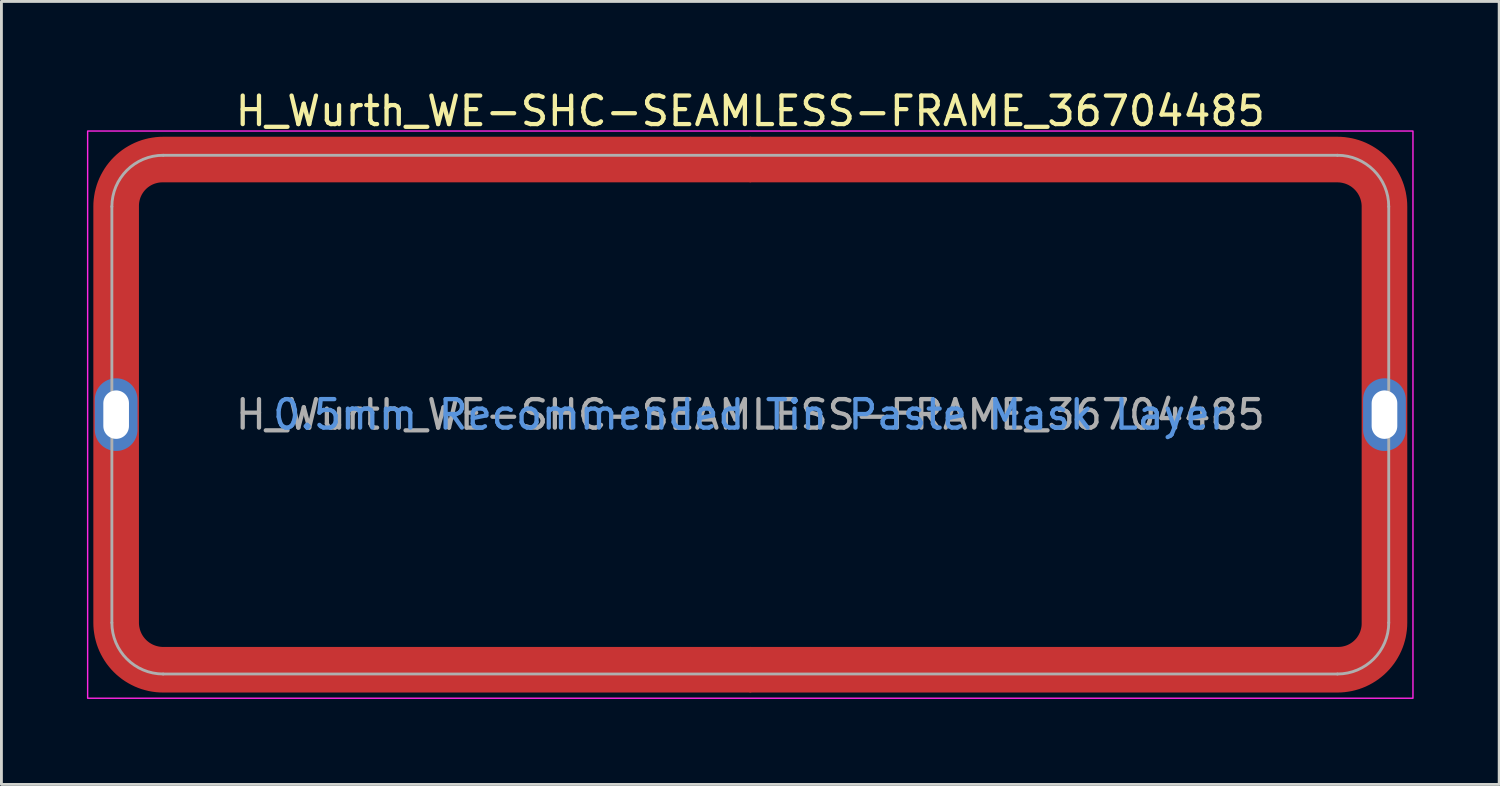
<source format=kicad_pcb>
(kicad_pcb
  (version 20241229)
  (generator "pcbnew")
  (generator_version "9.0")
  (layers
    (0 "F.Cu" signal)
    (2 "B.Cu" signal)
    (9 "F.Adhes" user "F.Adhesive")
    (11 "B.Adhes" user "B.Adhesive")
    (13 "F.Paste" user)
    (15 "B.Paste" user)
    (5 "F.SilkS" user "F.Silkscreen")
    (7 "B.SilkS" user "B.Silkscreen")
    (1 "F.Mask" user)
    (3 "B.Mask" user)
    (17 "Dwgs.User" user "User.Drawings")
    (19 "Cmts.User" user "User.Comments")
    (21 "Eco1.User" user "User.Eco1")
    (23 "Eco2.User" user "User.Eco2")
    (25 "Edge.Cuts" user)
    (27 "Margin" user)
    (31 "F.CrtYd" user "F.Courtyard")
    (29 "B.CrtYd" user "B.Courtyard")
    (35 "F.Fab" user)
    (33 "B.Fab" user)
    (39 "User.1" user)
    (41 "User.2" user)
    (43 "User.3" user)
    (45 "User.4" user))
  (footprint "H_Wurth_WE-SHC-SEAMLESS-FRAME_36704485"
    (layer "F.Cu")
    (at 23.275 11.498)
    (property "Reference" "H_Wurth_WE-SHC-SEAMLESS-FRAME_36704485" (at 0 -10.65 0) (unlocked yes) (layer "F.SilkS") (effects (font (size 1 1) (thickness 0.15))))
    (attr smd)
    (fp_poly (pts (xy -0.004 -8.2) (xy -0.004 -9.7) (xy 20.6 -9.7) (xy 20.726 -9.697) (xy 20.851 -9.687) (xy 20.975 -9.67) (xy 21.099 -9.648) (xy 21.221 -9.618) (xy 21.342 -9.583) (xy 21.46 -9.541) (xy 21.576 -9.493) (xy 21.69 -9.438) (xy 21.8 -9.378) (xy 21.907 -9.313) (xy 22.011 -9.242) (xy 22.11 -9.165) (xy 22.206 -9.084) (xy 22.297 -8.997) (xy 22.384 -8.906) (xy 22.465 -8.81) (xy 22.542 -8.711) (xy 22.613 -8.607) (xy 22.678 -8.5) (xy 22.738 -8.39) (xy 22.793 -8.276) (xy 22.841 -8.16) (xy 22.883 -8.042) (xy 22.918 -7.921) (xy 22.948 -7.799) (xy 22.97 -7.675) (xy 22.987 -7.551) (xy 22.997 -7.426) (xy 23 -7.3) (xy 23 7.3) (xy 22.997 7.426) (xy 22.987 7.551) (xy 22.97 7.675) (xy 22.948 7.799) (xy 22.918 7.921) (xy 22.883 8.042) (xy 22.841 8.16) (xy 22.793 8.276) (xy 22.738 8.39) (xy 22.678 8.5) (xy 22.613 8.607) (xy 22.542 8.711) (xy 22.465 8.81) (xy 22.384 8.906) (xy 22.297 8.997) (xy 22.206 9.084) (xy 22.11 9.165) (xy 22.011 9.242) (xy 21.907 9.313) (xy 21.8 9.378) (xy 21.69 9.438) (xy 21.576 9.493) (xy 21.46 9.541) (xy 21.342 9.583) (xy 21.221 9.618) (xy 21.099 9.648) (xy 20.975 9.67) (xy 20.851 9.687) (xy 20.726 9.697) (xy 20.6 9.7) (xy -0.004 9.7) (xy -0.004 8.2) (xy 20.65 8.2) (xy 20.701 8.197) (xy 20.747 8.192) (xy 20.792 8.184) (xy 20.837 8.174) (xy 20.881 8.162) (xy 20.924 8.148) (xy 20.967 8.131) (xy 21.009 8.112) (xy 21.049 8.091) (xy 21.089 8.067) (xy 21.127 8.042) (xy 21.164 8.015) (xy 21.199 7.986) (xy 21.233 7.955) (xy 21.265 7.922) (xy 21.296 7.888) (xy 21.324 7.852) (xy 21.351 7.814) (xy 21.375 7.776) (xy 21.398 7.736) (xy 21.418 7.695) (xy 21.437 7.653) (xy 21.453 7.61) (xy 21.466 7.566) (xy 21.478 7.522) (xy 21.487 7.477) (xy 21.494 7.432) (xy 21.498 7.386) (xy 21.5 7.34) (xy 21.5 7.3) (xy 21.5 -7.3) (xy 21.499 -7.347) (xy 21.495 -7.394) (xy 21.489 -7.441) (xy 21.48 -7.487) (xy 21.469 -7.533) (xy 21.456 -7.578) (xy 21.44 -7.623) (xy 21.422 -7.666) (xy 21.402 -7.709) (xy 21.379 -7.75) (xy 21.355 -7.79) (xy 21.328 -7.829) (xy 21.299 -7.866) (xy 21.269 -7.902) (xy 21.236 -7.936) (xy 21.202 -7.969) (xy 21.166 -7.999) (xy 21.129 -8.028) (xy 21.09 -8.055) (xy 21.05 -8.079) (xy 21.009 -8.102) (xy 20.966 -8.122) (xy 20.923 -8.14) (xy 20.878 -8.156) (xy 20.833 -8.169) (xy 20.787 -8.18) (xy 20.741 -8.189) (xy 20.694 -8.195) (xy 20.647 -8.199) (xy 20.6 -8.2) (xy 0.25 -8.2)) (stroke (width 0.1) (type solid)) (fill yes) (layer "F.Cu"))
    (fp_poly (pts (xy 0.004 8.2) (xy 0.004 9.7) (xy -20.6 9.7) (xy -20.726 9.697) (xy -20.851 9.687) (xy -20.975 9.67) (xy -21.099 9.648) (xy -21.221 9.618) (xy -21.342 9.583) (xy -21.46 9.541) (xy -21.576 9.493) (xy -21.69 9.438) (xy -21.8 9.378) (xy -21.907 9.313) (xy -22.011 9.242) (xy -22.11 9.165) (xy -22.206 9.084) (xy -22.297 8.997) (xy -22.384 8.906) (xy -22.465 8.81) (xy -22.542 8.711) (xy -22.613 8.607) (xy -22.678 8.5) (xy -22.738 8.39) (xy -22.793 8.276) (xy -22.841 8.16) (xy -22.883 8.042) (xy -22.918 7.921) (xy -22.948 7.799) (xy -22.97 7.675) (xy -22.987 7.551) (xy -22.997 7.426) (xy -23 7.3) (xy -23 -7.3) (xy -22.997 -7.426) (xy -22.987 -7.551) (xy -22.97 -7.675) (xy -22.948 -7.799) (xy -22.918 -7.921) (xy -22.883 -8.042) (xy -22.841 -8.16) (xy -22.793 -8.276) (xy -22.738 -8.39) (xy -22.678 -8.5) (xy -22.613 -8.607) (xy -22.542 -8.711) (xy -22.465 -8.81) (xy -22.384 -8.906) (xy -22.297 -8.997) (xy -22.206 -9.084) (xy -22.11 -9.165) (xy -22.011 -9.242) (xy -21.907 -9.313) (xy -21.8 -9.378) (xy -21.69 -9.438) (xy -21.576 -9.493) (xy -21.46 -9.541) (xy -21.342 -9.583) (xy -21.221 -9.618) (xy -21.099 -9.648) (xy -20.975 -9.67) (xy -20.851 -9.687) (xy -20.726 -9.697) (xy -20.6 -9.7) (xy 0.004 -9.7) (xy 0.004 -8.2) (xy -20.65 -8.2) (xy -20.701 -8.197) (xy -20.747 -8.192) (xy -20.792 -8.184) (xy -20.837 -8.174) (xy -20.881 -8.162) (xy -20.924 -8.148) (xy -20.967 -8.131) (xy -21.009 -8.112) (xy -21.049 -8.091) (xy -21.089 -8.067) (xy -21.127 -8.042) (xy -21.164 -8.015) (xy -21.199 -7.986) (xy -21.233 -7.955) (xy -21.265 -7.922) (xy -21.296 -7.888) (xy -21.324 -7.852) (xy -21.351 -7.814) (xy -21.375 -7.776) (xy -21.398 -7.736) (xy -21.418 -7.695) (xy -21.437 -7.653) (xy -21.453 -7.61) (xy -21.466 -7.566) (xy -21.478 -7.522) (xy -21.487 -7.477) (xy -21.494 -7.432) (xy -21.498 -7.386) (xy -21.5 -7.34) (xy -21.5 -7.3) (xy -21.5 7.3) (xy -21.499 7.347) (xy -21.495 7.394) (xy -21.489 7.441) (xy -21.48 7.487) (xy -21.469 7.533) (xy -21.456 7.578) (xy -21.44 7.623) (xy -21.422 7.666) (xy -21.402 7.709) (xy -21.379 7.75) (xy -21.355 7.79) (xy -21.328 7.829) (xy -21.299 7.866) (xy -21.269 7.902) (xy -21.236 7.936) (xy -21.202 7.969) (xy -21.166 7.999) (xy -21.129 8.028) (xy -21.09 8.055) (xy -21.05 8.079) (xy -21.009 8.102) (xy -20.966 8.122) (xy -20.923 8.14) (xy -20.878 8.156) (xy -20.833 8.169) (xy -20.787 8.18) (xy -20.741 8.189) (xy -20.694 8.195) (xy -20.647 8.199) (xy -20.6 8.2) (xy -0.25 8.2)) (stroke (width 0.1) (type solid)) (fill yes) (layer "F.Cu"))
    (fp_poly (pts (xy -0.004 -8.2) (xy -0.004 -9.7) (xy 20.6 -9.7) (xy 20.726 -9.697) (xy 20.851 -9.687) (xy 20.975 -9.67) (xy 21.099 -9.648) (xy 21.221 -9.618) (xy 21.342 -9.583) (xy 21.46 -9.541) (xy 21.576 -9.493) (xy 21.69 -9.438) (xy 21.8 -9.378) (xy 21.907 -9.313) (xy 22.011 -9.242) (xy 22.11 -9.165) (xy 22.206 -9.084) (xy 22.297 -8.997) (xy 22.384 -8.906) (xy 22.465 -8.81) (xy 22.542 -8.711) (xy 22.613 -8.607) (xy 22.678 -8.5) (xy 22.738 -8.39) (xy 22.793 -8.276) (xy 22.841 -8.16) (xy 22.883 -8.042) (xy 22.918 -7.921) (xy 22.948 -7.799) (xy 22.97 -7.675) (xy 22.987 -7.551) (xy 22.997 -7.426) (xy 23 -7.3) (xy 23 7.3) (xy 22.997 7.426) (xy 22.987 7.551) (xy 22.97 7.675) (xy 22.948 7.799) (xy 22.918 7.921) (xy 22.883 8.042) (xy 22.841 8.16) (xy 22.793 8.276) (xy 22.738 8.39) (xy 22.678 8.5) (xy 22.613 8.607) (xy 22.542 8.711) (xy 22.465 8.81) (xy 22.384 8.906) (xy 22.297 8.997) (xy 22.206 9.084) (xy 22.11 9.165) (xy 22.011 9.242) (xy 21.907 9.313) (xy 21.8 9.378) (xy 21.69 9.438) (xy 21.576 9.493) (xy 21.46 9.541) (xy 21.342 9.583) (xy 21.221 9.618) (xy 21.099 9.648) (xy 20.975 9.67) (xy 20.851 9.687) (xy 20.726 9.697) (xy 20.6 9.7) (xy -0.004 9.7) (xy -0.004 8.2) (xy 20.65 8.2) (xy 20.701 8.197) (xy 20.747 8.192) (xy 20.792 8.184) (xy 20.837 8.174) (xy 20.881 8.162) (xy 20.924 8.148) (xy 20.967 8.131) (xy 21.009 8.112) (xy 21.049 8.091) (xy 21.089 8.067) (xy 21.127 8.042) (xy 21.164 8.015) (xy 21.199 7.986) (xy 21.233 7.955) (xy 21.265 7.922) (xy 21.296 7.888) (xy 21.324 7.852) (xy 21.351 7.814) (xy 21.375 7.776) (xy 21.398 7.736) (xy 21.418 7.695) (xy 21.437 7.653) (xy 21.453 7.61) (xy 21.466 7.566) (xy 21.478 7.522) (xy 21.487 7.477) (xy 21.494 7.432) (xy 21.498 7.386) (xy 21.5 7.34) (xy 21.5 7.3) (xy 21.5 -7.3) (xy 21.499 -7.347) (xy 21.495 -7.394) (xy 21.489 -7.441) (xy 21.48 -7.487) (xy 21.469 -7.533) (xy 21.456 -7.578) (xy 21.44 -7.623) (xy 21.422 -7.666) (xy 21.402 -7.709) (xy 21.379 -7.75) (xy 21.355 -7.79) (xy 21.328 -7.829) (xy 21.299 -7.866) (xy 21.269 -7.902) (xy 21.236 -7.936) (xy 21.202 -7.969) (xy 21.166 -7.999) (xy 21.129 -8.028) (xy 21.09 -8.055) (xy 21.05 -8.079) (xy 21.009 -8.102) (xy 20.966 -8.122) (xy 20.923 -8.14) (xy 20.878 -8.156) (xy 20.833 -8.169) (xy 20.787 -8.18) (xy 20.741 -8.189) (xy 20.694 -8.195) (xy 20.647 -8.199) (xy 20.6 -8.2) (xy 0.25 -8.2)) (stroke (width 0.1) (type solid)) (fill yes) (layer "F.Mask"))
    (fp_poly (pts (xy 0.004 8.2) (xy 0.004 9.7) (xy -20.6 9.7) (xy -20.726 9.697) (xy -20.851 9.687) (xy -20.975 9.67) (xy -21.099 9.648) (xy -21.221 9.618) (xy -21.342 9.583) (xy -21.46 9.541) (xy -21.576 9.493) (xy -21.69 9.438) (xy -21.8 9.378) (xy -21.907 9.313) (xy -22.011 9.242) (xy -22.11 9.165) (xy -22.206 9.084) (xy -22.297 8.997) (xy -22.384 8.906) (xy -22.465 8.81) (xy -22.542 8.711) (xy -22.613 8.607) (xy -22.678 8.5) (xy -22.738 8.39) (xy -22.793 8.276) (xy -22.841 8.16) (xy -22.883 8.042) (xy -22.918 7.921) (xy -22.948 7.799) (xy -22.97 7.675) (xy -22.987 7.551) (xy -22.997 7.426) (xy -23 7.3) (xy -23 -7.3) (xy -22.997 -7.426) (xy -22.987 -7.551) (xy -22.97 -7.675) (xy -22.948 -7.799) (xy -22.918 -7.921) (xy -22.883 -8.042) (xy -22.841 -8.16) (xy -22.793 -8.276) (xy -22.738 -8.39) (xy -22.678 -8.5) (xy -22.613 -8.607) (xy -22.542 -8.711) (xy -22.465 -8.81) (xy -22.384 -8.906) (xy -22.297 -8.997) (xy -22.206 -9.084) (xy -22.11 -9.165) (xy -22.011 -9.242) (xy -21.907 -9.313) (xy -21.8 -9.378) (xy -21.69 -9.438) (xy -21.576 -9.493) (xy -21.46 -9.541) (xy -21.342 -9.583) (xy -21.221 -9.618) (xy -21.099 -9.648) (xy -20.975 -9.67) (xy -20.851 -9.687) (xy -20.726 -9.697) (xy -20.6 -9.7) (xy 0.004 -9.7) (xy 0.004 -8.2) (xy -20.65 -8.2) (xy -20.701 -8.197) (xy -20.747 -8.192) (xy -20.792 -8.184) (xy -20.837 -8.174) (xy -20.881 -8.162) (xy -20.924 -8.148) (xy -20.967 -8.131) (xy -21.009 -8.112) (xy -21.049 -8.091) (xy -21.089 -8.067) (xy -21.127 -8.042) (xy -21.164 -8.015) (xy -21.199 -7.986) (xy -21.233 -7.955) (xy -21.265 -7.922) (xy -21.296 -7.888) (xy -21.324 -7.852) (xy -21.351 -7.814) (xy -21.375 -7.776) (xy -21.398 -7.736) (xy -21.418 -7.695) (xy -21.437 -7.653) (xy -21.453 -7.61) (xy -21.466 -7.566) (xy -21.478 -7.522) (xy -21.487 -7.477) (xy -21.494 -7.432) (xy -21.498 -7.386) (xy -21.5 -7.34) (xy -21.5 -7.3) (xy -21.5 7.3) (xy -21.499 7.347) (xy -21.495 7.394) (xy -21.489 7.441) (xy -21.48 7.487) (xy -21.469 7.533) (xy -21.456 7.578) (xy -21.44 7.623) (xy -21.422 7.666) (xy -21.402 7.709) (xy -21.379 7.75) (xy -21.355 7.79) (xy -21.328 7.829) (xy -21.299 7.866) (xy -21.269 7.902) (xy -21.236 7.936) (xy -21.202 7.969) (xy -21.166 7.999) (xy -21.129 8.028) (xy -21.09 8.055) (xy -21.05 8.079) (xy -21.009 8.102) (xy -20.966 8.122) (xy -20.923 8.14) (xy -20.878 8.156) (xy -20.833 8.169) (xy -20.787 8.18) (xy -20.741 8.189) (xy -20.694 8.195) (xy -20.647 8.199) (xy -20.6 8.2) (xy -0.25 8.2)) (stroke (width 0.1) (type solid)) (fill yes) (layer "F.Mask"))
    (fp_poly (pts (xy -0.004 -8.2) (xy -0.004 -9.7) (xy 20.6 -9.7) (xy 20.726 -9.697) (xy 20.851 -9.687) (xy 20.975 -9.67) (xy 21.099 -9.648) (xy 21.221 -9.618) (xy 21.342 -9.583) (xy 21.46 -9.541) (xy 21.576 -9.493) (xy 21.69 -9.438) (xy 21.8 -9.378) (xy 21.907 -9.313) (xy 22.011 -9.242) (xy 22.11 -9.165) (xy 22.206 -9.084) (xy 22.297 -8.997) (xy 22.384 -8.906) (xy 22.465 -8.81) (xy 22.542 -8.711) (xy 22.613 -8.607) (xy 22.678 -8.5) (xy 22.738 -8.39) (xy 22.793 -8.276) (xy 22.841 -8.16) (xy 22.883 -8.042) (xy 22.918 -7.921) (xy 22.948 -7.799) (xy 22.97 -7.675) (xy 22.987 -7.551) (xy 22.997 -7.426) (xy 23 -7.3) (xy 23 7.3) (xy 22.997 7.426) (xy 22.987 7.551) (xy 22.97 7.675) (xy 22.948 7.799) (xy 22.918 7.921) (xy 22.883 8.042) (xy 22.841 8.16) (xy 22.793 8.276) (xy 22.738 8.39) (xy 22.678 8.5) (xy 22.613 8.607) (xy 22.542 8.711) (xy 22.465 8.81) (xy 22.384 8.906) (xy 22.297 8.997) (xy 22.206 9.084) (xy 22.11 9.165) (xy 22.011 9.242) (xy 21.907 9.313) (xy 21.8 9.378) (xy 21.69 9.438) (xy 21.576 9.493) (xy 21.46 9.541) (xy 21.342 9.583) (xy 21.221 9.618) (xy 21.099 9.648) (xy 20.975 9.67) (xy 20.851 9.687) (xy 20.726 9.697) (xy 20.6 9.7) (xy -0.004 9.7) (xy -0.004 8.2) (xy 20.65 8.2) (xy 20.701 8.197) (xy 20.747 8.192) (xy 20.792 8.184) (xy 20.837 8.174) (xy 20.881 8.162) (xy 20.924 8.148) (xy 20.967 8.131) (xy 21.009 8.112) (xy 21.049 8.091) (xy 21.089 8.067) (xy 21.127 8.042) (xy 21.164 8.015) (xy 21.199 7.986) (xy 21.233 7.955) (xy 21.265 7.922) (xy 21.296 7.888) (xy 21.324 7.852) (xy 21.351 7.814) (xy 21.375 7.776) (xy 21.398 7.736) (xy 21.418 7.695) (xy 21.437 7.653) (xy 21.453 7.61) (xy 21.466 7.566) (xy 21.478 7.522) (xy 21.487 7.477) (xy 21.494 7.432) (xy 21.498 7.386) (xy 21.5 7.34) (xy 21.5 7.3) (xy 21.5 -7.3) (xy 21.499 -7.347) (xy 21.495 -7.394) (xy 21.489 -7.441) (xy 21.48 -7.487) (xy 21.469 -7.533) (xy 21.456 -7.578) (xy 21.44 -7.623) (xy 21.422 -7.666) (xy 21.402 -7.709) (xy 21.379 -7.75) (xy 21.355 -7.79) (xy 21.328 -7.829) (xy 21.299 -7.866) (xy 21.269 -7.902) (xy 21.236 -7.936) (xy 21.202 -7.969) (xy 21.166 -7.999) (xy 21.129 -8.028) (xy 21.09 -8.055) (xy 21.05 -8.079) (xy 21.009 -8.102) (xy 20.966 -8.122) (xy 20.923 -8.14) (xy 20.878 -8.156) (xy 20.833 -8.169) (xy 20.787 -8.18) (xy 20.741 -8.189) (xy 20.694 -8.195) (xy 20.647 -8.199) (xy 20.6 -8.2) (xy 0.25 -8.2)) (stroke (width 0.1) (type solid)) (fill yes) (layer "F.Paste"))
    (fp_poly (pts (xy 0.004 8.2) (xy 0.004 9.7) (xy -20.6 9.7) (xy -20.726 9.697) (xy -20.851 9.687) (xy -20.975 9.67) (xy -21.099 9.648) (xy -21.221 9.618) (xy -21.342 9.583) (xy -21.46 9.541) (xy -21.576 9.493) (xy -21.69 9.438) (xy -21.8 9.378) (xy -21.907 9.313) (xy -22.011 9.242) (xy -22.11 9.165) (xy -22.206 9.084) (xy -22.297 8.997) (xy -22.384 8.906) (xy -22.465 8.81) (xy -22.542 8.711) (xy -22.613 8.607) (xy -22.678 8.5) (xy -22.738 8.39) (xy -22.793 8.276) (xy -22.841 8.16) (xy -22.883 8.042) (xy -22.918 7.921) (xy -22.948 7.799) (xy -22.97 7.675) (xy -22.987 7.551) (xy -22.997 7.426) (xy -23 7.3) (xy -23 -7.3) (xy -22.997 -7.426) (xy -22.987 -7.551) (xy -22.97 -7.675) (xy -22.948 -7.799) (xy -22.918 -7.921) (xy -22.883 -8.042) (xy -22.841 -8.16) (xy -22.793 -8.276) (xy -22.738 -8.39) (xy -22.678 -8.5) (xy -22.613 -8.607) (xy -22.542 -8.711) (xy -22.465 -8.81) (xy -22.384 -8.906) (xy -22.297 -8.997) (xy -22.206 -9.084) (xy -22.11 -9.165) (xy -22.011 -9.242) (xy -21.907 -9.313) (xy -21.8 -9.378) (xy -21.69 -9.438) (xy -21.576 -9.493) (xy -21.46 -9.541) (xy -21.342 -9.583) (xy -21.221 -9.618) (xy -21.099 -9.648) (xy -20.975 -9.67) (xy -20.851 -9.687) (xy -20.726 -9.697) (xy -20.6 -9.7) (xy 0.004 -9.7) (xy 0.004 -8.2) (xy -20.65 -8.2) (xy -20.701 -8.197) (xy -20.747 -8.192) (xy -20.792 -8.184) (xy -20.837 -8.174) (xy -20.881 -8.162) (xy -20.924 -8.148) (xy -20.967 -8.131) (xy -21.009 -8.112) (xy -21.049 -8.091) (xy -21.089 -8.067) (xy -21.127 -8.042) (xy -21.164 -8.015) (xy -21.199 -7.986) (xy -21.233 -7.955) (xy -21.265 -7.922) (xy -21.296 -7.888) (xy -21.324 -7.852) (xy -21.351 -7.814) (xy -21.375 -7.776) (xy -21.398 -7.736) (xy -21.418 -7.695) (xy -21.437 -7.653) (xy -21.453 -7.61) (xy -21.466 -7.566) (xy -21.478 -7.522) (xy -21.487 -7.477) (xy -21.494 -7.432) (xy -21.498 -7.386) (xy -21.5 -7.34) (xy -21.5 -7.3) (xy -21.5 7.3) (xy -21.499 7.347) (xy -21.495 7.394) (xy -21.489 7.441) (xy -21.48 7.487) (xy -21.469 7.533) (xy -21.456 7.578) (xy -21.44 7.623) (xy -21.422 7.666) (xy -21.402 7.709) (xy -21.379 7.75) (xy -21.355 7.79) (xy -21.328 7.829) (xy -21.299 7.866) (xy -21.269 7.902) (xy -21.236 7.936) (xy -21.202 7.969) (xy -21.166 7.999) (xy -21.129 8.028) (xy -21.09 8.055) (xy -21.05 8.079) (xy -21.009 8.102) (xy -20.966 8.122) (xy -20.923 8.14) (xy -20.878 8.156) (xy -20.833 8.169) (xy -20.787 8.18) (xy -20.741 8.189) (xy -20.694 8.195) (xy -20.647 8.199) (xy -20.6 8.2) (xy -0.25 8.2)) (stroke (width 0.1) (type solid)) (fill yes) (layer "F.Paste"))
    (fp_rect (start -23.25 -9.95) (end 23.25 9.95) (stroke (width 0.05) (type solid)) (fill no) (layer "F.CrtYd"))
    (fp_line (start -22.4 7.3) (end -22.4 -7.3) (stroke (width 0.1) (type solid)) (layer "F.Fab"))
    (fp_line (start 20.6 -9.1) (end -20.6 -9.1) (stroke (width 0.1) (type solid)) (layer "F.Fab"))
    (fp_line (start 20.6 9.1) (end -20.6 9.1) (stroke (width 0.1) (type solid)) (layer "F.Fab"))
    (fp_line (start 22.4 7.3) (end 22.4 -7.3) (stroke (width 0.1) (type solid)) (layer "F.Fab"))
    (fp_arc (start -22.4 -7.3) (mid -21.872792 -8.572792) (end -20.6 -9.1) (stroke (width 0.1) (type solid)) (layer "F.Fab"))
    (fp_arc (start -20.6 9.1) (mid -21.872792 8.572792) (end -22.4 7.3) (stroke (width 0.1) (type solid)) (layer "F.Fab"))
    (fp_arc (start 20.6 -9.1) (mid 21.872792 -8.572792) (end 22.4 -7.3) (stroke (width 0.1) (type solid)) (layer "F.Fab"))
    (fp_arc (start 22.4 7.3) (mid 21.872792 8.572792) (end 20.6 9.1) (stroke (width 0.1) (type solid)) (layer "F.Fab"))
    (fp_text user "0.5mm Recommended Tin Paste Mask Layer" (at 0 0 0) (unlocked yes) (layer "Cmts.User") (effects (font (size 1 1) (thickness 0.15))))
    (fp_text user "${REFERENCE}" (at 0 0 0) (unlocked yes) (layer "F.Fab") (effects (font (size 1 1) (thickness 0.15))))
    (pad "1" thru_hole oval (at -22.25 0) (size 1.5 2.55) (drill oval 0.9 1.7) (layers "*.Cu" "*.Mask"))
    (pad "1" thru_hole oval (at 22.25 0) (size 1.5 2.55) (drill oval 0.9 1.7) (layers "*.Cu" "*.Mask")))
  (gr_rect
    (start -3 -3)
    (end 49.55 24.473)
    (stroke (width 0.1) (type default))
    (fill no)
    (layer "Edge.Cuts")))
</source>
